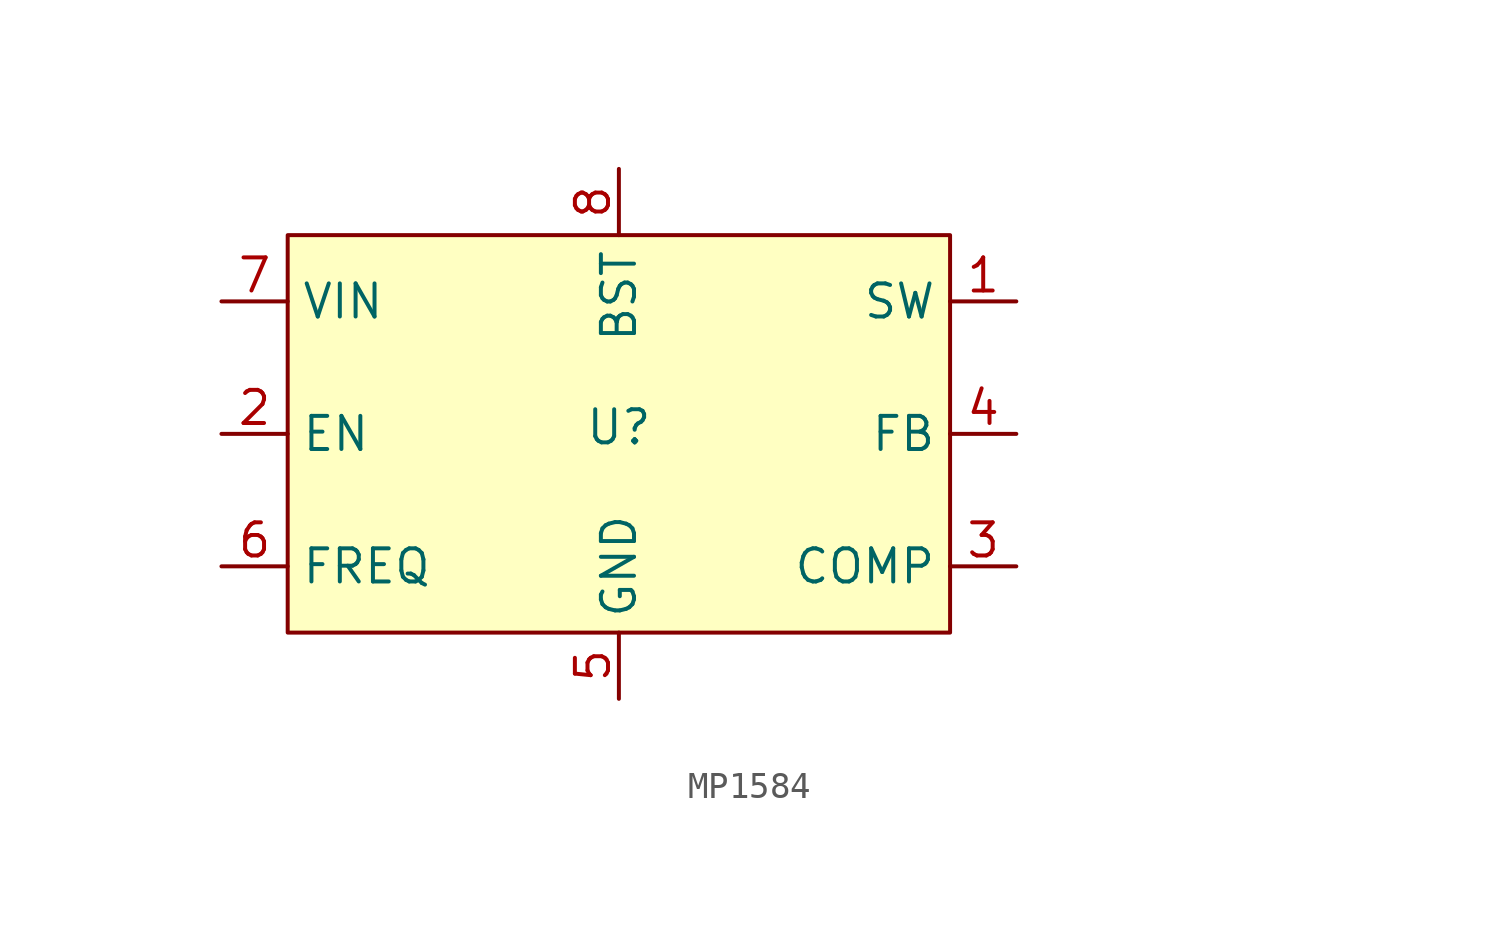
<source format=kicad_sym>
(kicad_symbol_lib
  (version 20231120)
  (generator "kicad_symbol_editor")
  (generator_version "8.0")
  (symbol "MP1584"
    (property "Reference" "U"
      (at 0 0.254 0)
      (effects (font (size 1.27 1.27))))
    (property "Value" ""
      (at 25.4 8.89 0)
      (effects (font (size 1.27 1.27))))
    (symbol "MP1584_0_0"
      (pin output line (at 15.24 5.08 180) (length 2.54) (name "SW" (effects (font (size 1.27 1.27)))) (number "1" (effects (font (size 1.27 1.27)))))
      (pin input line (at -15.24 0 0) (length 2.54) (name "EN" (effects (font (size 1.27 1.27)))) (number "2" (effects (font (size 1.27 1.27)))))
      (pin input line (at 15.24 -5.08 180) (length 2.54) (name "COMP" (effects (font (size 1.27 1.27)))) (number "3" (effects (font (size 1.27 1.27)))))
      (pin input line (at 15.24 0 180) (length 2.54) (name "FB" (effects (font (size 1.27 1.27)))) (number "4" (effects (font (size 1.27 1.27)))))
      (pin power_in line (at 0 -10.16 90) (length 2.54) (name "GND" (effects (font (size 1.27 1.27)))) (number "5" (effects (font (size 1.27 1.27)))))
      (pin input line (at -15.24 -5.08 0) (length 2.54) (name "FREQ" (effects (font (size 1.27 1.27)))) (number "6" (effects (font (size 1.27 1.27)))))
      (pin power_in line (at -15.24 5.08 0) (length 2.54) (name "VIN" (effects (font (size 1.27 1.27)))) (number "7" (effects (font (size 1.27 1.27)))))
      (pin input line (at 0 10.16 270) (length 2.54) (name "BST" (effects (font (size 1.27 1.27)))) (number "8" (effects (font (size 1.27 1.27))))))
    (symbol "MP1584_1_1"
      (rectangle (start -12.7 7.62) (end 12.7 -7.62) (stroke (width 0) (type default)) (fill (type background))))))
</source>
